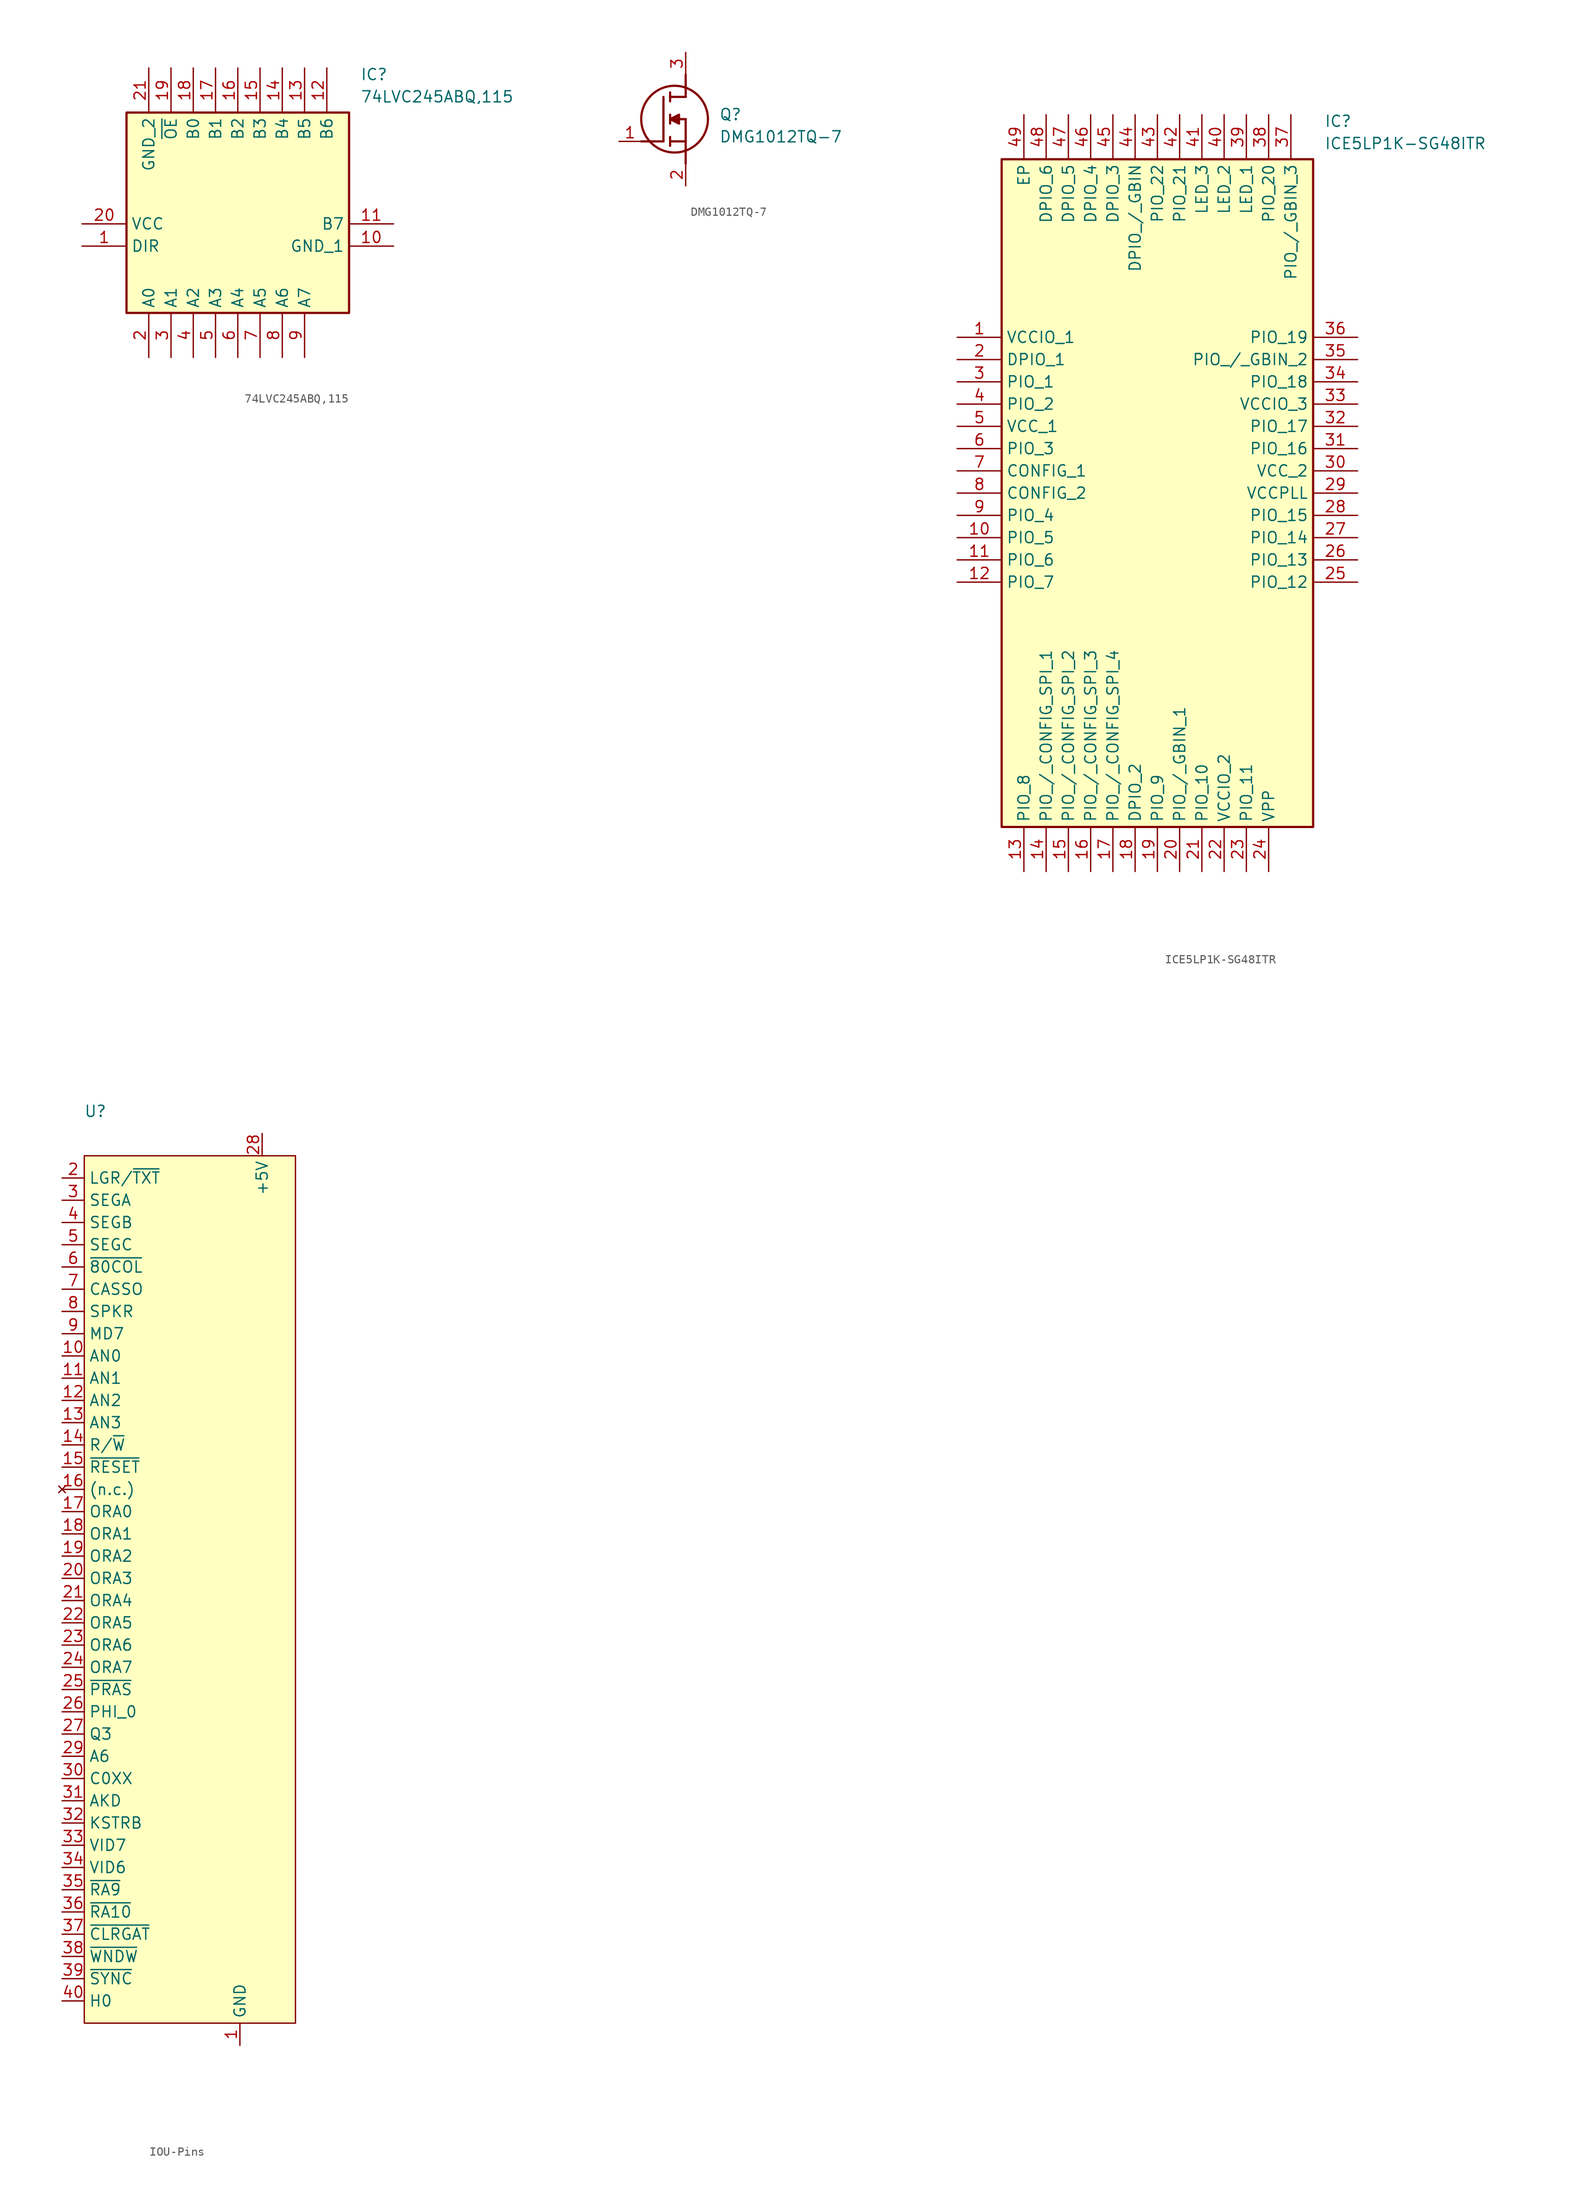
<source format=kicad_sym>
(kicad_symbol_lib
  (version 20231120)
  (generator "kicad_symbol_editor")
  (generator_version "8.0")
  (symbol "74LVC245ABQ,115"
    (property "Reference" "IC"
      (at 31.75 17.78 0)
      (effects (font (size 1.27 1.27)) (justify left top)))
    (property "Value" "74LVC245ABQ,115"
      (at 31.75 15.24 0)
      (effects (font (size 1.27 1.27)) (justify left top)))
    (symbol "74LVC245ABQ,115_1_1"
      (rectangle (start 5.08 12.7) (end 30.48 -10.16) (stroke (width 0.254) (type default)) (fill (type background)))
      (pin passive line (at 0 -2.54 0) (length 5.08) (name "DIR" (effects (font (size 1.27 1.27)))) (number "1" (effects (font (size 1.27 1.27)))))
      (pin passive line (at 35.56 -2.54 180) (length 5.08) (name "GND_1" (effects (font (size 1.27 1.27)))) (number "10" (effects (font (size 1.27 1.27)))))
      (pin passive line (at 35.56 0 180) (length 5.08) (name "B7" (effects (font (size 1.27 1.27)))) (number "11" (effects (font (size 1.27 1.27)))))
      (pin passive line (at 27.94 17.78 270) (length 5.08) (name "B6" (effects (font (size 1.27 1.27)))) (number "12" (effects (font (size 1.27 1.27)))))
      (pin passive line (at 25.4 17.78 270) (length 5.08) (name "B5" (effects (font (size 1.27 1.27)))) (number "13" (effects (font (size 1.27 1.27)))))
      (pin passive line (at 22.86 17.78 270) (length 5.08) (name "B4" (effects (font (size 1.27 1.27)))) (number "14" (effects (font (size 1.27 1.27)))))
      (pin passive line (at 20.32 17.78 270) (length 5.08) (name "B3" (effects (font (size 1.27 1.27)))) (number "15" (effects (font (size 1.27 1.27)))))
      (pin passive line (at 17.78 17.78 270) (length 5.08) (name "B2" (effects (font (size 1.27 1.27)))) (number "16" (effects (font (size 1.27 1.27)))))
      (pin passive line (at 15.24 17.78 270) (length 5.08) (name "B1" (effects (font (size 1.27 1.27)))) (number "17" (effects (font (size 1.27 1.27)))))
      (pin passive line (at 12.7 17.78 270) (length 5.08) (name "B0" (effects (font (size 1.27 1.27)))) (number "18" (effects (font (size 1.27 1.27)))))
      (pin passive line (at 10.16 17.78 270) (length 5.08) (name "~{OE}" (effects (font (size 1.27 1.27)))) (number "19" (effects (font (size 1.27 1.27)))))
      (pin passive line (at 7.62 -15.24 90) (length 5.08) (name "A0" (effects (font (size 1.27 1.27)))) (number "2" (effects (font (size 1.27 1.27)))))
      (pin passive line (at 0 0 0) (length 5.08) (name "VCC" (effects (font (size 1.27 1.27)))) (number "20" (effects (font (size 1.27 1.27)))))
      (pin passive line (at 7.62 17.78 270) (length 5.08) (name "GND_2" (effects (font (size 1.27 1.27)))) (number "21" (effects (font (size 1.27 1.27)))))
      (pin passive line (at 10.16 -15.24 90) (length 5.08) (name "A1" (effects (font (size 1.27 1.27)))) (number "3" (effects (font (size 1.27 1.27)))))
      (pin passive line (at 12.7 -15.24 90) (length 5.08) (name "A2" (effects (font (size 1.27 1.27)))) (number "4" (effects (font (size 1.27 1.27)))))
      (pin passive line (at 15.24 -15.24 90) (length 5.08) (name "A3" (effects (font (size 1.27 1.27)))) (number "5" (effects (font (size 1.27 1.27)))))
      (pin passive line (at 17.78 -15.24 90) (length 5.08) (name "A4" (effects (font (size 1.27 1.27)))) (number "6" (effects (font (size 1.27 1.27)))))
      (pin passive line (at 20.32 -15.24 90) (length 5.08) (name "A5" (effects (font (size 1.27 1.27)))) (number "7" (effects (font (size 1.27 1.27)))))
      (pin passive line (at 22.86 -15.24 90) (length 5.08) (name "A6" (effects (font (size 1.27 1.27)))) (number "8" (effects (font (size 1.27 1.27)))))
      (pin passive line (at 25.4 -15.24 90) (length 5.08) (name "A7" (effects (font (size 1.27 1.27)))) (number "9" (effects (font (size 1.27 1.27)))))))
  (symbol "DMG1012TQ-7"
    (pin_names hide)
    (property "Reference" "Q"
      (at 11.43 3.81 0)
      (effects (font (size 1.27 1.27)) (justify left top)))
    (property "Value" "DMG1012TQ-7"
      (at 11.43 1.27 0)
      (effects (font (size 1.27 1.27)) (justify left top)))
    (symbol "DMG1012TQ-7_1_1"
      (polyline (pts (xy 2.54 0) (xy 5.08 0)) (stroke (width 0.254) (type default)) (fill (type none)))
      (polyline (pts (xy 5.08 5.08) (xy 5.08 0)) (stroke (width 0.254) (type default)) (fill (type none)))
      (polyline (pts (xy 5.842 -0.508) (xy 5.842 0.508)) (stroke (width 0.254) (type default)) (fill (type none)))
      (polyline (pts (xy 5.842 0) (xy 7.62 0)) (stroke (width 0.254) (type default)) (fill (type none)))
      (polyline (pts (xy 5.842 2.032) (xy 5.842 3.048)) (stroke (width 0.254) (type default)) (fill (type none)))
      (polyline (pts (xy 5.842 5.588) (xy 5.842 4.572)) (stroke (width 0.254) (type default)) (fill (type none)))
      (polyline (pts (xy 7.62 2.54) (xy 5.842 2.54)) (stroke (width 0.254) (type default)) (fill (type none)))
      (polyline (pts (xy 7.62 2.54) (xy 7.62 -2.54)) (stroke (width 0.254) (type default)) (fill (type none)))
      (polyline (pts (xy 7.62 5.08) (xy 5.842 5.08)) (stroke (width 0.254) (type default)) (fill (type none)))
      (polyline (pts (xy 7.62 5.08) (xy 7.62 7.62)) (stroke (width 0.254) (type default)) (fill (type none)))
      (polyline (pts (xy 5.842 2.54) (xy 6.858 3.048) (xy 6.858 2.032) (xy 5.842 2.54)) (stroke (width 0.254) (type default)) (fill (type outline)))
      (circle (center 6.35 2.54) (radius 3.81) (stroke (width 0.254) (type default)) (fill (type none)))
      (pin passive line (at 0 0 0) (length 2.54) (name "G" (effects (font (size 1.27 1.27)))) (number "1" (effects (font (size 1.27 1.27)))))
      (pin passive line (at 7.62 -5.08 90) (length 2.54) (name "S" (effects (font (size 1.27 1.27)))) (number "2" (effects (font (size 1.27 1.27)))))
      (pin passive line (at 7.62 10.16 270) (length 2.54) (name "D" (effects (font (size 1.27 1.27)))) (number "3" (effects (font (size 1.27 1.27)))))))
  (symbol "ICE5LP1K-SG48ITR"
    (property "Reference" "IC"
      (at 41.91 25.4 0)
      (effects (font (size 1.27 1.27)) (justify left top)))
    (property "Value" "ICE5LP1K-SG48ITR"
      (at 41.91 22.86 0)
      (effects (font (size 1.27 1.27)) (justify left top)))
    (symbol "ICE5LP1K-SG48ITR_1_1"
      (rectangle (start 5.08 20.32) (end 40.64 -55.88) (stroke (width 0.254) (type default)) (fill (type background)))
      (pin passive line (at 0 0 0) (length 5.08) (name "VCCIO_1" (effects (font (size 1.27 1.27)))) (number "1" (effects (font (size 1.27 1.27)))))
      (pin passive line (at 0 -22.86 0) (length 5.08) (name "PIO_5" (effects (font (size 1.27 1.27)))) (number "10" (effects (font (size 1.27 1.27)))))
      (pin passive line (at 0 -25.4 0) (length 5.08) (name "PIO_6" (effects (font (size 1.27 1.27)))) (number "11" (effects (font (size 1.27 1.27)))))
      (pin passive line (at 0 -27.94 0) (length 5.08) (name "PIO_7" (effects (font (size 1.27 1.27)))) (number "12" (effects (font (size 1.27 1.27)))))
      (pin passive line (at 7.62 -60.96 90) (length 5.08) (name "PIO_8" (effects (font (size 1.27 1.27)))) (number "13" (effects (font (size 1.27 1.27)))))
      (pin passive line (at 10.16 -60.96 90) (length 5.08) (name "PIO_/_CONFIG_SPI_1" (effects (font (size 1.27 1.27)))) (number "14" (effects (font (size 1.27 1.27)))))
      (pin passive line (at 12.7 -60.96 90) (length 5.08) (name "PIO_/_CONFIG_SPI_2" (effects (font (size 1.27 1.27)))) (number "15" (effects (font (size 1.27 1.27)))))
      (pin passive line (at 15.24 -60.96 90) (length 5.08) (name "PIO_/_CONFIG_SPI_3" (effects (font (size 1.27 1.27)))) (number "16" (effects (font (size 1.27 1.27)))))
      (pin passive line (at 17.78 -60.96 90) (length 5.08) (name "PIO_/_CONFIG_SPI_4" (effects (font (size 1.27 1.27)))) (number "17" (effects (font (size 1.27 1.27)))))
      (pin passive line (at 20.32 -60.96 90) (length 5.08) (name "DPIO_2" (effects (font (size 1.27 1.27)))) (number "18" (effects (font (size 1.27 1.27)))))
      (pin passive line (at 22.86 -60.96 90) (length 5.08) (name "PIO_9" (effects (font (size 1.27 1.27)))) (number "19" (effects (font (size 1.27 1.27)))))
      (pin passive line (at 0 -2.54 0) (length 5.08) (name "DPIO_1" (effects (font (size 1.27 1.27)))) (number "2" (effects (font (size 1.27 1.27)))))
      (pin passive line (at 25.4 -60.96 90) (length 5.08) (name "PIO_/_GBIN_1" (effects (font (size 1.27 1.27)))) (number "20" (effects (font (size 1.27 1.27)))))
      (pin passive line (at 27.94 -60.96 90) (length 5.08) (name "PIO_10" (effects (font (size 1.27 1.27)))) (number "21" (effects (font (size 1.27 1.27)))))
      (pin passive line (at 30.48 -60.96 90) (length 5.08) (name "VCCIO_2" (effects (font (size 1.27 1.27)))) (number "22" (effects (font (size 1.27 1.27)))))
      (pin passive line (at 33.02 -60.96 90) (length 5.08) (name "PIO_11" (effects (font (size 1.27 1.27)))) (number "23" (effects (font (size 1.27 1.27)))))
      (pin passive line (at 35.56 -60.96 90) (length 5.08) (name "VPP" (effects (font (size 1.27 1.27)))) (number "24" (effects (font (size 1.27 1.27)))))
      (pin passive line (at 45.72 -27.94 180) (length 5.08) (name "PIO_12" (effects (font (size 1.27 1.27)))) (number "25" (effects (font (size 1.27 1.27)))))
      (pin passive line (at 45.72 -25.4 180) (length 5.08) (name "PIO_13" (effects (font (size 1.27 1.27)))) (number "26" (effects (font (size 1.27 1.27)))))
      (pin passive line (at 45.72 -22.86 180) (length 5.08) (name "PIO_14" (effects (font (size 1.27 1.27)))) (number "27" (effects (font (size 1.27 1.27)))))
      (pin passive line (at 45.72 -20.32 180) (length 5.08) (name "PIO_15" (effects (font (size 1.27 1.27)))) (number "28" (effects (font (size 1.27 1.27)))))
      (pin passive line (at 45.72 -17.78 180) (length 5.08) (name "VCCPLL" (effects (font (size 1.27 1.27)))) (number "29" (effects (font (size 1.27 1.27)))))
      (pin passive line (at 0 -5.08 0) (length 5.08) (name "PIO_1" (effects (font (size 1.27 1.27)))) (number "3" (effects (font (size 1.27 1.27)))))
      (pin passive line (at 45.72 -15.24 180) (length 5.08) (name "VCC_2" (effects (font (size 1.27 1.27)))) (number "30" (effects (font (size 1.27 1.27)))))
      (pin passive line (at 45.72 -12.7 180) (length 5.08) (name "PIO_16" (effects (font (size 1.27 1.27)))) (number "31" (effects (font (size 1.27 1.27)))))
      (pin passive line (at 45.72 -10.16 180) (length 5.08) (name "PIO_17" (effects (font (size 1.27 1.27)))) (number "32" (effects (font (size 1.27 1.27)))))
      (pin passive line (at 45.72 -7.62 180) (length 5.08) (name "VCCIO_3" (effects (font (size 1.27 1.27)))) (number "33" (effects (font (size 1.27 1.27)))))
      (pin passive line (at 45.72 -5.08 180) (length 5.08) (name "PIO_18" (effects (font (size 1.27 1.27)))) (number "34" (effects (font (size 1.27 1.27)))))
      (pin passive line (at 45.72 -2.54 180) (length 5.08) (name "PIO_/_GBIN_2" (effects (font (size 1.27 1.27)))) (number "35" (effects (font (size 1.27 1.27)))))
      (pin passive line (at 45.72 0 180) (length 5.08) (name "PIO_19" (effects (font (size 1.27 1.27)))) (number "36" (effects (font (size 1.27 1.27)))))
      (pin passive line (at 38.1 25.4 270) (length 5.08) (name "PIO_/_GBIN_3" (effects (font (size 1.27 1.27)))) (number "37" (effects (font (size 1.27 1.27)))))
      (pin passive line (at 35.56 25.4 270) (length 5.08) (name "PIO_20" (effects (font (size 1.27 1.27)))) (number "38" (effects (font (size 1.27 1.27)))))
      (pin passive line (at 33.02 25.4 270) (length 5.08) (name "LED_1" (effects (font (size 1.27 1.27)))) (number "39" (effects (font (size 1.27 1.27)))))
      (pin passive line (at 0 -7.62 0) (length 5.08) (name "PIO_2" (effects (font (size 1.27 1.27)))) (number "4" (effects (font (size 1.27 1.27)))))
      (pin passive line (at 30.48 25.4 270) (length 5.08) (name "LED_2" (effects (font (size 1.27 1.27)))) (number "40" (effects (font (size 1.27 1.27)))))
      (pin passive line (at 27.94 25.4 270) (length 5.08) (name "LED_3" (effects (font (size 1.27 1.27)))) (number "41" (effects (font (size 1.27 1.27)))))
      (pin passive line (at 25.4 25.4 270) (length 5.08) (name "PIO_21" (effects (font (size 1.27 1.27)))) (number "42" (effects (font (size 1.27 1.27)))))
      (pin passive line (at 22.86 25.4 270) (length 5.08) (name "PIO_22" (effects (font (size 1.27 1.27)))) (number "43" (effects (font (size 1.27 1.27)))))
      (pin passive line (at 20.32 25.4 270) (length 5.08) (name "DPIO_/_GBIN" (effects (font (size 1.27 1.27)))) (number "44" (effects (font (size 1.27 1.27)))))
      (pin passive line (at 17.78 25.4 270) (length 5.08) (name "DPIO_3" (effects (font (size 1.27 1.27)))) (number "45" (effects (font (size 1.27 1.27)))))
      (pin passive line (at 15.24 25.4 270) (length 5.08) (name "DPIO_4" (effects (font (size 1.27 1.27)))) (number "46" (effects (font (size 1.27 1.27)))))
      (pin passive line (at 12.7 25.4 270) (length 5.08) (name "DPIO_5" (effects (font (size 1.27 1.27)))) (number "47" (effects (font (size 1.27 1.27)))))
      (pin passive line (at 10.16 25.4 270) (length 5.08) (name "DPIO_6" (effects (font (size 1.27 1.27)))) (number "48" (effects (font (size 1.27 1.27)))))
      (pin passive line (at 7.62 25.4 270) (length 5.08) (name "EP" (effects (font (size 1.27 1.27)))) (number "49" (effects (font (size 1.27 1.27)))))
      (pin passive line (at 0 -10.16 0) (length 5.08) (name "VCC_1" (effects (font (size 1.27 1.27)))) (number "5" (effects (font (size 1.27 1.27)))))
      (pin passive line (at 0 -12.7 0) (length 5.08) (name "PIO_3" (effects (font (size 1.27 1.27)))) (number "6" (effects (font (size 1.27 1.27)))))
      (pin passive line (at 0 -15.24 0) (length 5.08) (name "CONFIG_1" (effects (font (size 1.27 1.27)))) (number "7" (effects (font (size 1.27 1.27)))))
      (pin passive line (at 0 -17.78 0) (length 5.08) (name "CONFIG_2" (effects (font (size 1.27 1.27)))) (number "8" (effects (font (size 1.27 1.27)))))
      (pin passive line (at 0 -20.32 0) (length 5.08) (name "PIO_4" (effects (font (size 1.27 1.27)))) (number "9" (effects (font (size 1.27 1.27)))))))
  (symbol "IOU-Pins"
    (property "Reference" "U"
      (at 0 0 0)
      (effects (font (size 1.27 1.27))))
    (property "Value" ""
      (at 0 0 0)
      (effects (font (size 1.27 1.27))))
    (symbol "IOU-Pins_0_0"
      (pin passive line (at 16.51 -106.68 90) (length 2.54) (name "GND" (effects (font (size 1.27 1.27)))) (number "1" (effects (font (size 1.27 1.27)))))
      (pin passive line (at -3.81 -27.94 0) (length 2.54) (name "AN0" (effects (font (size 1.27 1.27)))) (number "10" (effects (font (size 1.27 1.27)))))
      (pin passive line (at -3.81 -30.48 0) (length 2.54) (name "AN1" (effects (font (size 1.27 1.27)))) (number "11" (effects (font (size 1.27 1.27)))))
      (pin passive line (at -3.81 -33.02 0) (length 2.54) (name "AN2" (effects (font (size 1.27 1.27)))) (number "12" (effects (font (size 1.27 1.27)))))
      (pin passive line (at -3.81 -35.56 0) (length 2.54) (name "AN3" (effects (font (size 1.27 1.27)))) (number "13" (effects (font (size 1.27 1.27)))))
      (pin passive line (at -3.81 -38.1 0) (length 2.54) (name "R/~{W}" (effects (font (size 1.27 1.27)))) (number "14" (effects (font (size 1.27 1.27)))))
      (pin passive line (at -3.81 -40.64 0) (length 2.54) (name "~{RESET}" (effects (font (size 1.27 1.27)))) (number "15" (effects (font (size 1.27 1.27)))))
      (pin passive line (at -3.81 -45.72 0) (length 2.54) (name "ORA0" (effects (font (size 1.27 1.27)))) (number "17" (effects (font (size 1.27 1.27)))))
      (pin passive line (at -3.81 -48.26 0) (length 2.54) (name "ORA1" (effects (font (size 1.27 1.27)))) (number "18" (effects (font (size 1.27 1.27)))))
      (pin passive line (at -3.81 -50.8 0) (length 2.54) (name "ORA2" (effects (font (size 1.27 1.27)))) (number "19" (effects (font (size 1.27 1.27)))))
      (pin passive line (at -3.81 -7.62 0) (length 2.54) (name "LGR/~{TXT}" (effects (font (size 1.27 1.27)))) (number "2" (effects (font (size 1.27 1.27)))))
      (pin passive line (at -3.81 -53.34 0) (length 2.54) (name "ORA3" (effects (font (size 1.27 1.27)))) (number "20" (effects (font (size 1.27 1.27)))))
      (pin passive line (at -3.81 -55.88 0) (length 2.54) (name "ORA4" (effects (font (size 1.27 1.27)))) (number "21" (effects (font (size 1.27 1.27)))))
      (pin passive line (at -3.81 -58.42 0) (length 2.54) (name "ORA5" (effects (font (size 1.27 1.27)))) (number "22" (effects (font (size 1.27 1.27)))))
      (pin passive line (at -3.81 -60.96 0) (length 2.54) (name "ORA6" (effects (font (size 1.27 1.27)))) (number "23" (effects (font (size 1.27 1.27)))))
      (pin passive line (at -3.81 -63.5 0) (length 2.54) (name "ORA7" (effects (font (size 1.27 1.27)))) (number "24" (effects (font (size 1.27 1.27)))))
      (pin passive line (at -3.81 -66.04 0) (length 2.54) (name "~{PRAS}" (effects (font (size 1.27 1.27)))) (number "25" (effects (font (size 1.27 1.27)))))
      (pin passive line (at -3.81 -68.58 0) (length 2.54) (name "PHI_0" (effects (font (size 1.27 1.27)))) (number "26" (effects (font (size 1.27 1.27)))))
      (pin passive line (at -3.81 -71.12 0) (length 2.54) (name "Q3" (effects (font (size 1.27 1.27)))) (number "27" (effects (font (size 1.27 1.27)))))
      (pin passive line (at 19.05 -2.54 270) (length 2.54) (name "+5V" (effects (font (size 1.27 1.27)))) (number "28" (effects (font (size 1.27 1.27)))))
      (pin passive line (at -3.81 -73.66 0) (length 2.54) (name "A6" (effects (font (size 1.27 1.27)))) (number "29" (effects (font (size 1.27 1.27)))))
      (pin passive line (at -3.81 -10.16 0) (length 2.54) (name "SEGA" (effects (font (size 1.27 1.27)))) (number "3" (effects (font (size 1.27 1.27)))))
      (pin passive line (at -3.81 -76.2 0) (length 2.54) (name "C0XX" (effects (font (size 1.27 1.27)))) (number "30" (effects (font (size 1.27 1.27)))))
      (pin passive line (at -3.81 -78.74 0) (length 2.54) (name "AKD" (effects (font (size 1.27 1.27)))) (number "31" (effects (font (size 1.27 1.27)))))
      (pin passive line (at -3.81 -81.28 0) (length 2.54) (name "KSTRB" (effects (font (size 1.27 1.27)))) (number "32" (effects (font (size 1.27 1.27)))))
      (pin passive line (at -3.81 -83.82 0) (length 2.54) (name "VID7" (effects (font (size 1.27 1.27)))) (number "33" (effects (font (size 1.27 1.27)))))
      (pin passive line (at -3.81 -86.36 0) (length 2.54) (name "VID6" (effects (font (size 1.27 1.27)))) (number "34" (effects (font (size 1.27 1.27)))))
      (pin passive line (at -3.81 -88.9 0) (length 2.54) (name "~{RA9}" (effects (font (size 1.27 1.27)))) (number "35" (effects (font (size 1.27 1.27)))))
      (pin passive line (at -3.81 -91.44 0) (length 2.54) (name "~{RA10}" (effects (font (size 1.27 1.27)))) (number "36" (effects (font (size 1.27 1.27)))))
      (pin passive line (at -3.81 -96.52 0) (length 2.54) (name "~{WNDW}" (effects (font (size 1.27 1.27)))) (number "38" (effects (font (size 1.27 1.27)))))
      (pin passive line (at -3.81 -99.06 0) (length 2.54) (name "~{SYNC}" (effects (font (size 1.27 1.27)))) (number "39" (effects (font (size 1.27 1.27)))))
      (pin passive line (at -3.81 -12.7 0) (length 2.54) (name "SEGB" (effects (font (size 1.27 1.27)))) (number "4" (effects (font (size 1.27 1.27)))))
      (pin passive line (at -3.81 -101.6 0) (length 2.54) (name "H0" (effects (font (size 1.27 1.27)))) (number "40" (effects (font (size 1.27 1.27)))))
      (pin passive line (at -3.81 -15.24 0) (length 2.54) (name "SEGC" (effects (font (size 1.27 1.27)))) (number "5" (effects (font (size 1.27 1.27)))))
      (pin passive line (at -3.81 -17.78 0) (length 2.54) (name "~{80COL}" (effects (font (size 1.27 1.27)))) (number "6" (effects (font (size 1.27 1.27)))))
      (pin passive line (at -3.81 -20.32 0) (length 2.54) (name "CASSO" (effects (font (size 1.27 1.27)))) (number "7" (effects (font (size 1.27 1.27)))))
      (pin passive line (at -3.81 -22.86 0) (length 2.54) (name "SPKR" (effects (font (size 1.27 1.27)))) (number "8" (effects (font (size 1.27 1.27)))))
      (pin passive line (at -3.81 -25.4 0) (length 2.54) (name "MD7" (effects (font (size 1.27 1.27)))) (number "9" (effects (font (size 1.27 1.27))))))
    (symbol "IOU-Pins_1_0"
      (pin no_connect line (at -3.81 -43.18 0) (length 2.54) (name "(n.c.)" (effects (font (size 1.27 1.27)))) (number "16" (effects (font (size 1.27 1.27)))))
      (pin passive line (at -3.81 -93.98 0) (length 2.54) (name "~{CLRGAT}" (effects (font (size 1.27 1.27)))) (number "37" (effects (font (size 1.27 1.27))))))
    (symbol "IOU-Pins_1_1"
      (rectangle (start -1.27 -5.08) (end 22.86 -104.14) (stroke (width 0) (type default)) (fill (type background))))))
</source>
